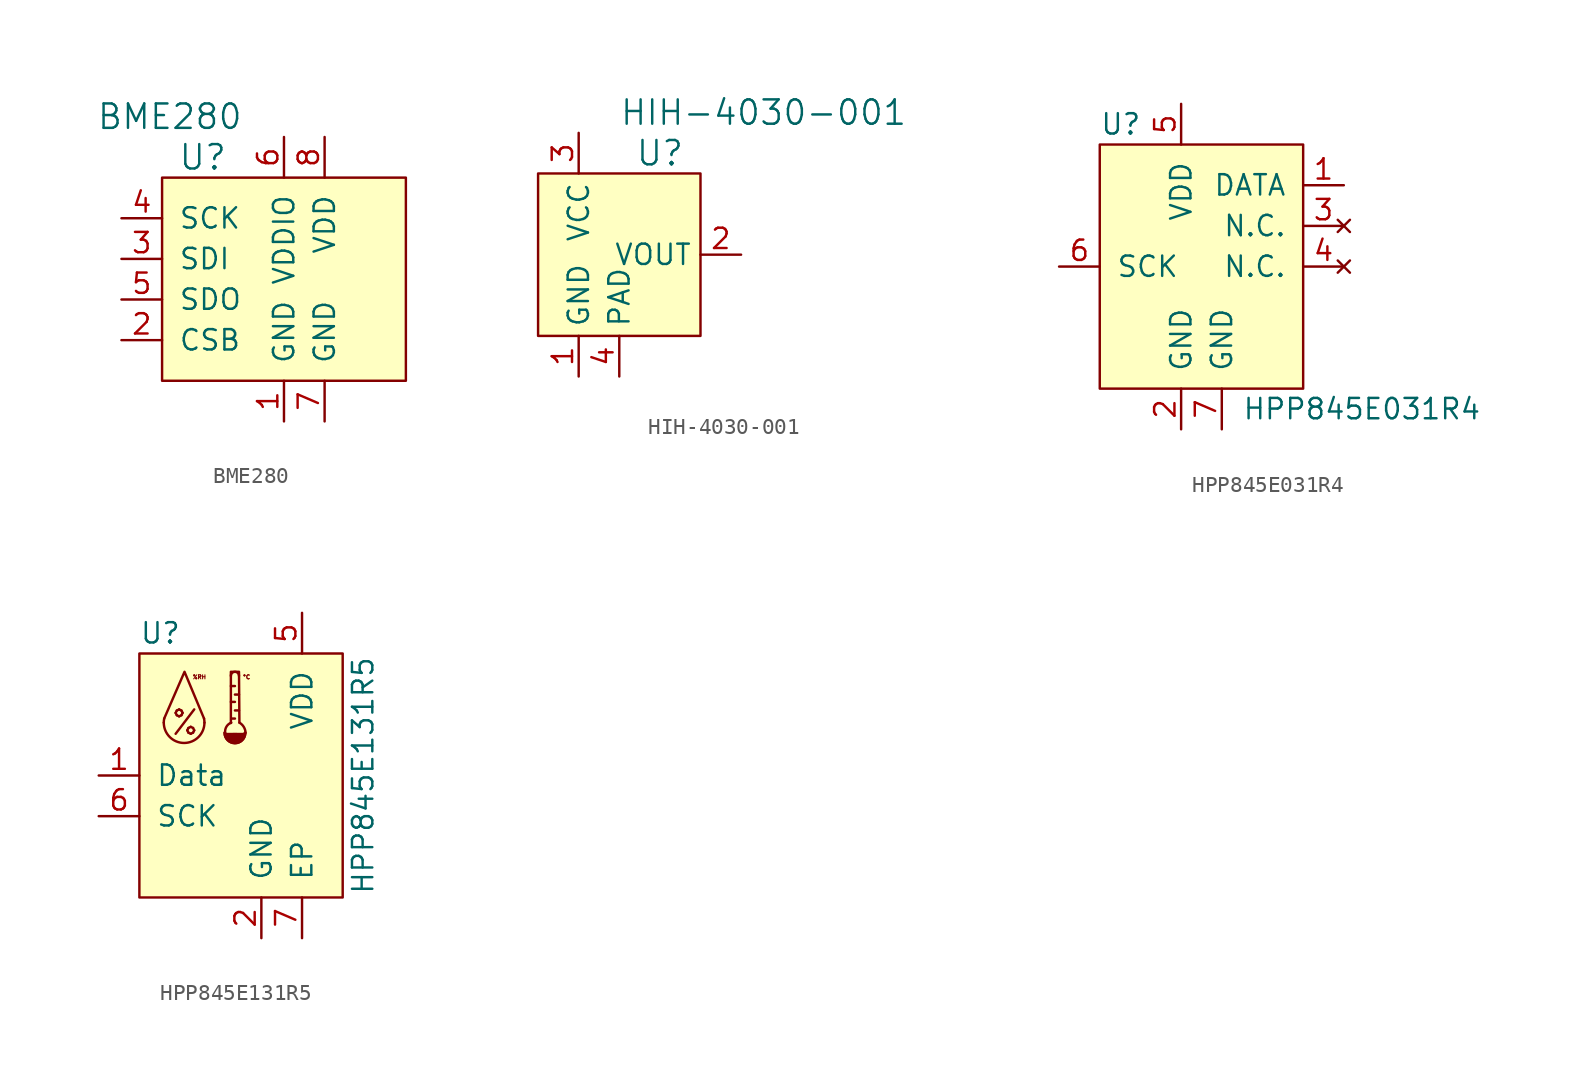
<source format=kicad_sym>
(kicad_symbol_lib
  (version 20211014)
  (generator kicad_symbol_editor)
  (symbol "BME280"
    (pin_names
      (offset 1.016))
    (property "Reference" "U"
      (at -5.08 8.89 0)
      (effects (font (size 1.524 1.524))))
    (property "Value" "BME280"
      (at -2.54 11.43 0)
      (effects (font (size 1.524 1.524)) (justify right)))
    (symbol "BME280_0_1"
      (rectangle (start 7.62 7.62) (end -7.62 -5.08) (stroke (width 0) (type default) (color 0 0 0 0)) (fill (type background))))
    (symbol "BME280_1_1"
      (pin power_in line (at 0 -7.62 90) (length 2.54) (name "GND" (effects (font (size 1.27 1.27)))) (number "1" (effects (font (size 1.27 1.27)))))
      (pin input line (at -10.16 -2.54 0) (length 2.54) (name "CSB" (effects (font (size 1.27 1.27)))) (number "2" (effects (font (size 1.27 1.27)))))
      (pin bidirectional line (at -10.16 2.54 0) (length 2.54) (name "SDI" (effects (font (size 1.27 1.27)))) (number "3" (effects (font (size 1.27 1.27)))))
      (pin input line (at -10.16 5.08 0) (length 2.54) (name "SCK" (effects (font (size 1.27 1.27)))) (number "4" (effects (font (size 1.27 1.27)))))
      (pin bidirectional line (at -10.16 0 0) (length 2.54) (name "SDO" (effects (font (size 1.27 1.27)))) (number "5" (effects (font (size 1.27 1.27)))))
      (pin power_in line (at 0 10.16 270) (length 2.54) (name "VDDIO" (effects (font (size 1.27 1.27)))) (number "6" (effects (font (size 1.27 1.27)))))
      (pin power_in line (at 2.54 -7.62 90) (length 2.54) (name "GND" (effects (font (size 1.27 1.27)))) (number "7" (effects (font (size 1.27 1.27)))))
      (pin power_in line (at 2.54 10.16 270) (length 2.54) (name "VDD" (effects (font (size 1.27 1.27)))) (number "8" (effects (font (size 1.27 1.27)))))))
  (symbol "HIH-4030-001"
    (property "Reference" "U"
      (at 5.08 8.89 0)
      (effects (font (size 1.524 1.524))))
    (property "Value" "HIH-4030-001"
      (at 2.54 11.43 0)
      (effects (font (size 1.524 1.524)) (justify left)))
    (symbol "HIH-4030-001_0_1"
      (rectangle (start 7.62 7.62) (end -2.54 -2.54) (stroke (width 0) (type default) (color 0 0 0 0)) (fill (type background))))
    (symbol "HIH-4030-001_1_1"
      (pin power_in line (at 0 -5.08 90) (length 2.54) (name "GND" (effects (font (size 1.27 1.27)))) (number "1" (effects (font (size 1.27 1.27)))))
      (pin output line (at 10.16 2.54 180) (length 2.54) (name "VOUT" (effects (font (size 1.27 1.27)))) (number "2" (effects (font (size 1.27 1.27)))))
      (pin power_in line (at 0 10.16 270) (length 2.54) (name "VCC" (effects (font (size 1.27 1.27)))) (number "3" (effects (font (size 1.27 1.27)))))
      (pin unspecified line (at 2.54 -5.08 90) (length 2.54) (name "PAD" (effects (font (size 1.27 1.27)))) (number "4" (effects (font (size 1.27 1.27)))))))
  (symbol "HPP845E031R4"
    (pin_names
      (offset 1.016))
    (property "Reference" "U"
      (at -5.08 8.89 0)
      (effects (font (size 1.27 1.27)) (justify left)))
    (property "Value" "HPP845E031R4"
      (at 3.81 -8.89 0)
      (effects (font (size 1.27 1.27)) (justify left)))
    (symbol "HPP845E031R4_0_1"
      (rectangle (start -5.08 7.62) (end 7.62 -7.62) (stroke (width 0) (type default) (color 0 0 0 0)) (fill (type background))))
    (symbol "HPP845E031R4_1_1"
      (pin bidirectional line (at 10.16 5.08 180) (length 2.54) (name "DATA" (effects (font (size 1.27 1.27)))) (number "1" (effects (font (size 1.27 1.27)))))
      (pin power_in line (at 0 -10.16 90) (length 2.54) (name "GND" (effects (font (size 1.27 1.27)))) (number "2" (effects (font (size 1.27 1.27)))))
      (pin no_connect line (at 10.16 2.54 180) (length 2.54) (name "N.C." (effects (font (size 1.27 1.27)))) (number "3" (effects (font (size 1.27 1.27)))))
      (pin no_connect line (at 10.16 0 180) (length 2.54) (name "N.C." (effects (font (size 1.27 1.27)))) (number "4" (effects (font (size 1.27 1.27)))))
      (pin power_in line (at 0 10.16 270) (length 2.54) (name "VDD" (effects (font (size 1.27 1.27)))) (number "5" (effects (font (size 1.27 1.27)))))
      (pin input line (at -7.62 0 0) (length 2.54) (name "SCK" (effects (font (size 1.27 1.27)))) (number "6" (effects (font (size 1.27 1.27)))))
      (pin passive line (at 2.54 -10.16 90) (length 2.54) (name "GND" (effects (font (size 1.27 1.27)))) (number "7" (effects (font (size 1.27 1.27)))))))
  (symbol "HPP845E131R5"
    (pin_names
      (offset 1.016))
    (property "Reference" "U"
      (at -10.16 13.97 0)
      (effects (font (size 1.27 1.27)) (justify left)))
    (property "Value" "HPP845E131R5"
      (at 3.81 5.08 90)
      (effects (font (size 1.27 1.27))))
    (symbol "HPP845E131R5_0_0"
      (arc (start -8.636 8.382) (mid -7.366 7.112) (end -6.096 8.382) (stroke (width 0) (type default) (color 0 0 0 0)) (fill (type none)))
      (arc (start -8.6106 8.636) (mid -8.6298 8.5096) (end -8.636 8.382) (stroke (width 0) (type default) (color 0 0 0 0)) (fill (type none)))
      (arc (start -6.096 8.382) (mid -6.1024 8.5096) (end -6.1214 8.636) (stroke (width 0) (type default) (color 0 0 0 0)) (fill (type none)))
      (arc (start -4.826 7.747) (mid -4.191 7.112) (end -3.556 7.747) (stroke (width 0.1778) (type default) (color 0 0 0 0)) (fill (type none)))
      (arc (start -4.826 7.747) (mid -4.191 7.112) (end -3.556 7.747) (stroke (width 0.1778) (type default) (color 0 0 0 0)) (fill (type outline)))
      (arc (start -4.4196 8.382) (mid -4.7223 8.1277) (end -4.8006 7.747) (stroke (width 0) (type default) (color 0 0 0 0)) (fill (type none)))
      (arc (start -3.937 11.303) (mid -4.191 11.557) (end -4.445 11.303) (stroke (width 0) (type default) (color 0 0 0 0)) (fill (type none)))
      (arc (start -3.5306 7.747) (mid -3.6379 8.1079) (end -3.9116 8.382) (stroke (width 0) (type default) (color 0 0 0 0)) (fill (type none)))
      (polyline (pts (xy -4.445 9.677) (xy -4.191 9.677)) (stroke (width 0) (type default) (color 0 0 0 0)) (fill (type none)))
      (polyline (pts (xy -4.42 8.636) (xy -4.191 8.636)) (stroke (width 0) (type default) (color 0 0 0 0)) (fill (type none)))
      (polyline (pts (xy -4.191 10.668) (xy -4.445 10.668)) (stroke (width 0) (type default) (color 0 0 0 0)) (fill (type none)))
      (polyline (pts (xy -3.937 9.144) (xy -4.191 9.144)) (stroke (width 0) (type default) (color 0 0 0 0)) (fill (type none)))
      (polyline (pts (xy -3.937 10.135) (xy -4.191 10.135)) (stroke (width 0) (type default) (color 0 0 0 0)) (fill (type none)))
      (polyline (pts (xy -8.611 8.636) (xy -7.341 11.557) (xy -6.121 8.636)) (stroke (width 0) (type default) (color 0 0 0 0)) (fill (type none)))
      (polyline (pts (xy -4.445 8.357) (xy -4.445 11.557) (xy -3.937 11.557) (xy -3.912 8.382)) (stroke (width 0) (type default) (color 0 0 0 0)) (fill (type none)))
      (text "%" (at -7.315 8.382 0) (effects (font (size 1.524 1.524))))
      (text "%RH" (at -6.858 11.379 0) (effects (font (size 0.254 0.254)) (justify left top)))
      (text "°C" (at -3.734 11.379 0) (effects (font (size 0.254 0.254)) (justify left top))))
    (symbol "HPP845E131R5_0_1"
      (rectangle (start -10.16 12.7) (end 2.54 -2.54) (stroke (width 0) (type default) (color 0 0 0 0)) (fill (type background))))
    (symbol "HPP845E131R5_1_1"
      (pin bidirectional line (at -12.7 5.08 0) (length 2.54) (name "Data" (effects (font (size 1.27 1.27)))) (number "1" (effects (font (size 1.27 1.27)))))
      (pin power_out line (at -2.54 -5.08 90) (length 2.54) (name "GND" (effects (font (size 1.27 1.27)))) (number "2" (effects (font (size 1.27 1.27)))))
      (pin no_connect line (at -5.08 -2.54 90) (length 0) hide (name "NC" (effects (font (size 1.27 1.27)))) (number "3" (effects (font (size 1.27 1.27)))))
      (pin no_connect line (at -7.62 -2.54 90) (length 0) hide (name "NC" (effects (font (size 1.27 1.27)))) (number "4" (effects (font (size 1.27 1.27)))))
      (pin power_in line (at 0 15.24 270) (length 2.54) (name "VDD" (effects (font (size 1.27 1.27)))) (number "5" (effects (font (size 1.27 1.27)))))
      (pin input line (at -12.7 2.54 0) (length 2.54) (name "SCK" (effects (font (size 1.27 1.27)))) (number "6" (effects (font (size 1.27 1.27)))))
      (pin power_out line (at 0 -5.08 90) (length 2.54) (name "EP" (effects (font (size 1.27 1.27)))) (number "7" (effects (font (size 1.27 1.27))))))))
</source>
